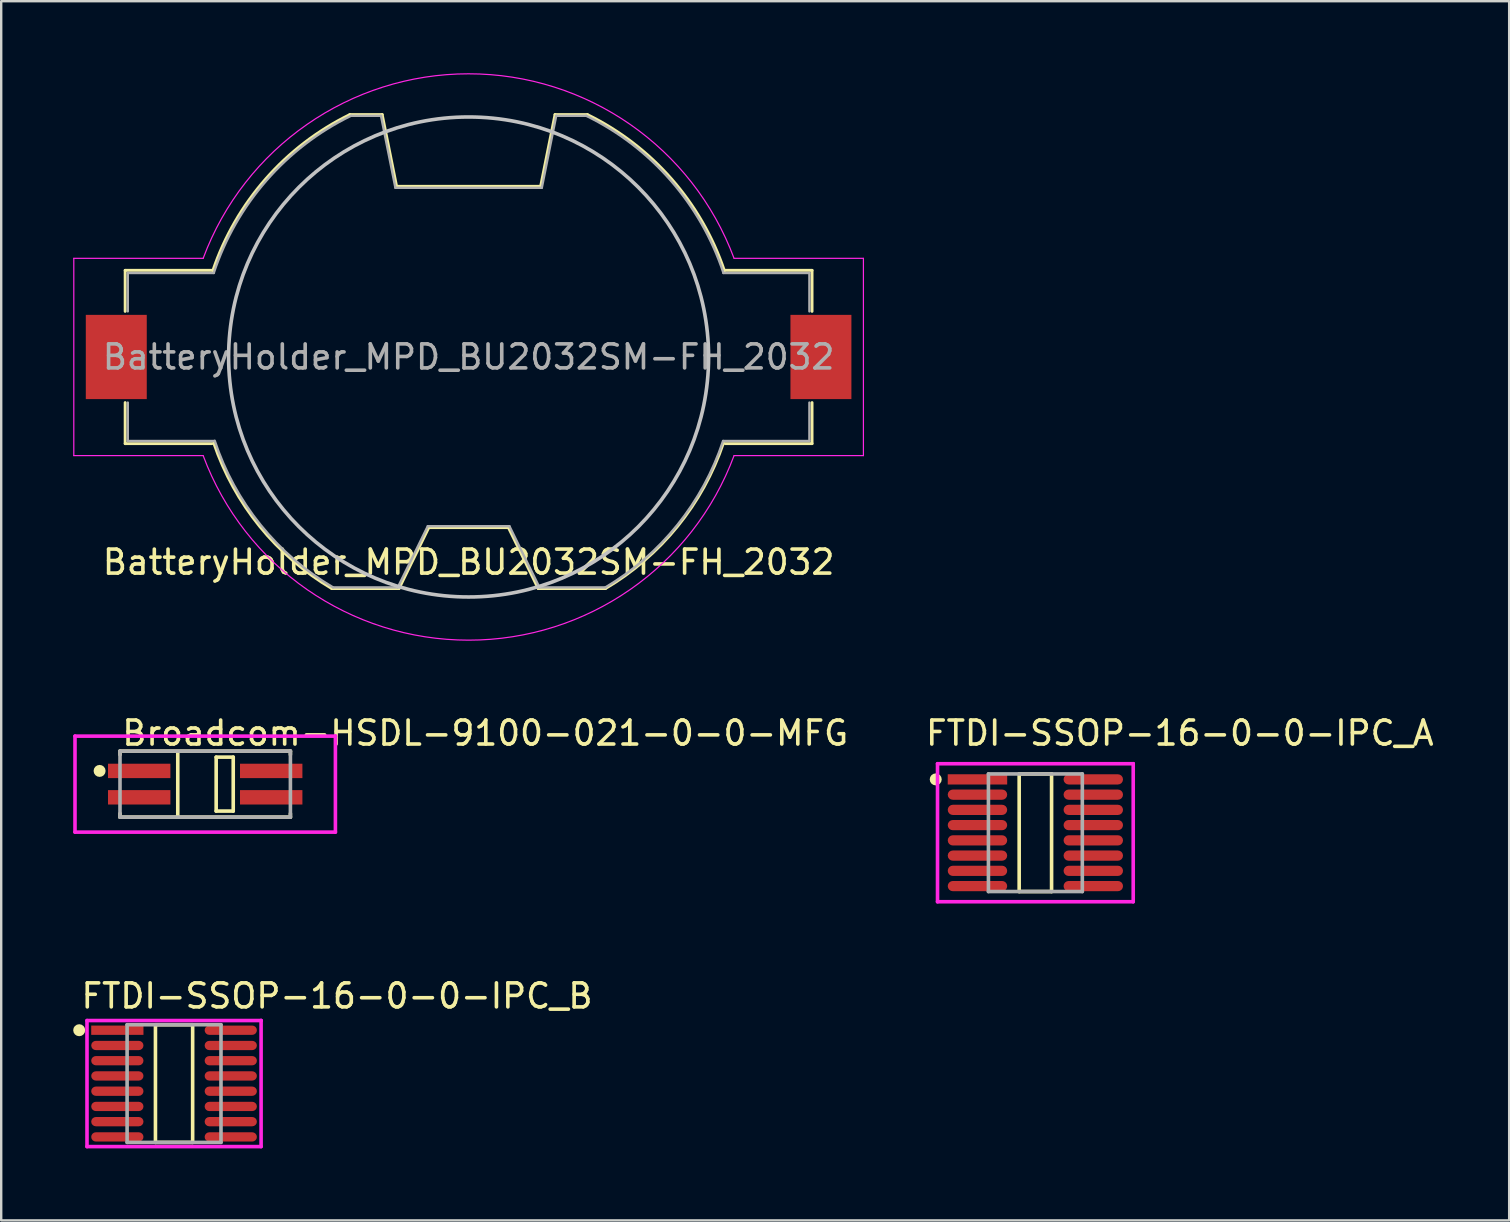
<source format=kicad_pcb>
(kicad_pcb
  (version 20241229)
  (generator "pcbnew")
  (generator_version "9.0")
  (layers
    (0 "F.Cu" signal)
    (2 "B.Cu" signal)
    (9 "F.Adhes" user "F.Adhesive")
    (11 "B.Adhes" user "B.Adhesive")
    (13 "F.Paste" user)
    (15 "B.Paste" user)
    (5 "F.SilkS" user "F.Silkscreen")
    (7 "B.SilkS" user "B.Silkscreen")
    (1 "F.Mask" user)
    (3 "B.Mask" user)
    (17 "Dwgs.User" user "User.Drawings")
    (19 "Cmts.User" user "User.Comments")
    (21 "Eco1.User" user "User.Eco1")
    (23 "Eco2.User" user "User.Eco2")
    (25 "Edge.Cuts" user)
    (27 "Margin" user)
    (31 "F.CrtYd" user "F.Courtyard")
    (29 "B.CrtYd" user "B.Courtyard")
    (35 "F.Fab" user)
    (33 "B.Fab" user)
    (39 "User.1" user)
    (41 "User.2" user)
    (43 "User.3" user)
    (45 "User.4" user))
  (footprint "FTDI-SSOP-16-0-0-IPC_B"
    (layer "F.Cu")
    (at 4.202 42.098)
    (property "Reference" "FTDI-SSOP-16-0-0-IPC_B" (at -3.952 -3.651 0) (layer "F.SilkS") (effects (font (size 1 1) (thickness 0.15)) (justify left)))
    (attr through_hole)
    (fp_line (start -0.775 -2.451) (end 0.775 -2.451) (stroke (width 0.15) (type solid)) (layer "F.SilkS"))
    (fp_line (start -0.775 2.451) (end -0.775 -2.451) (stroke (width 0.15) (type solid)) (layer "F.SilkS"))
    (fp_line (start 0.775 -2.451) (end 0.775 2.451) (stroke (width 0.15) (type solid)) (layer "F.SilkS"))
    (fp_line (start 0.775 2.451) (end -0.775 2.451) (stroke (width 0.15) (type solid)) (layer "F.SilkS"))
    (fp_circle (center -3.952 -2.223) (end -3.827 -2.223) (stroke (width 0.25) (type solid)) (fill no) (layer "F.SilkS"))
    (fp_line (start -3.627 -2.626) (end -3.627 2.626) (stroke (width 0.15) (type solid)) (layer "F.CrtYd"))
    (fp_line (start -3.627 2.626) (end 3.627 2.626) (stroke (width 0.15) (type solid)) (layer "F.CrtYd"))
    (fp_line (start 3.627 -2.626) (end -3.627 -2.626) (stroke (width 0.15) (type solid)) (layer "F.CrtYd"))
    (fp_line (start 3.627 -2.626) (end 3.627 -2.626) (stroke (width 0.15) (type solid)) (layer "F.CrtYd"))
    (fp_line (start 3.627 2.626) (end 3.627 -2.626) (stroke (width 0.15) (type solid)) (layer "F.CrtYd"))
    (fp_line (start -1.956 -2.451) (end 1.956 -2.451) (stroke (width 0.15) (type solid)) (layer "F.Fab"))
    (fp_line (start -1.956 2.451) (end -1.956 -2.451) (stroke (width 0.15) (type solid)) (layer "F.Fab"))
    (fp_line (start 1.956 -2.451) (end 1.956 2.451) (stroke (width 0.15) (type solid)) (layer "F.Fab"))
    (fp_line (start 1.956 2.451) (end -1.956 2.451) (stroke (width 0.15) (type solid)) (layer "F.Fab"))
    (pad "1" smd rect (at -2.363 -2.223) (size 2.177 0.387) (layers "F.Cu" "F.Mask" "F.Paste"))
    (pad "2" smd roundrect (at -2.363 -1.587) (size 2.177 0.387) (layers "F.Cu" "F.Mask" "F.Paste") (roundrect_rratio 0.5))
    (pad "3" smd roundrect (at -2.363 -0.953) (size 2.177 0.387) (layers "F.Cu" "F.Mask" "F.Paste") (roundrect_rratio 0.5))
    (pad "4" smd roundrect (at -2.363 -0.318) (size 2.177 0.387) (layers "F.Cu" "F.Mask" "F.Paste") (roundrect_rratio 0.5))
    (pad "5" smd roundrect (at -2.363 0.318) (size 2.177 0.387) (layers "F.Cu" "F.Mask" "F.Paste") (roundrect_rratio 0.5))
    (pad "6" smd roundrect (at -2.363 0.953) (size 2.177 0.387) (layers "F.Cu" "F.Mask" "F.Paste") (roundrect_rratio 0.5))
    (pad "7" smd roundrect (at -2.363 1.587) (size 2.177 0.387) (layers "F.Cu" "F.Mask" "F.Paste") (roundrect_rratio 0.5))
    (pad "8" smd roundrect (at -2.363 2.223) (size 2.177 0.387) (layers "F.Cu" "F.Mask" "F.Paste") (roundrect_rratio 0.5))
    (pad "9" smd roundrect (at 2.363 2.223) (size 2.177 0.387) (layers "F.Cu" "F.Mask" "F.Paste") (roundrect_rratio 0.5))
    (pad "10" smd roundrect (at 2.363 1.587) (size 2.177 0.387) (layers "F.Cu" "F.Mask" "F.Paste") (roundrect_rratio 0.5))
    (pad "11" smd roundrect (at 2.363 0.953) (size 2.177 0.387) (layers "F.Cu" "F.Mask" "F.Paste") (roundrect_rratio 0.5))
    (pad "12" smd roundrect (at 2.363 0.318) (size 2.177 0.387) (layers "F.Cu" "F.Mask" "F.Paste") (roundrect_rratio 0.5))
    (pad "13" smd roundrect (at 2.363 -0.318) (size 2.177 0.387) (layers "F.Cu" "F.Mask" "F.Paste") (roundrect_rratio 0.5))
    (pad "14" smd roundrect (at 2.363 -0.953) (size 2.177 0.387) (layers "F.Cu" "F.Mask" "F.Paste") (roundrect_rratio 0.5))
    (pad "15" smd roundrect (at 2.363 -1.587) (size 2.177 0.387) (layers "F.Cu" "F.Mask" "F.Paste") (roundrect_rratio 0.5))
    (pad "16" smd roundrect (at 2.363 -2.223) (size 2.177 0.387) (layers "F.Cu" "F.Mask" "F.Paste") (roundrect_rratio 0.5)))
  (footprint "BatteryHolder_MPD_BU2032SM-FH_2032"
    (layer "F.Cu")
    (at 16.475 11.824)
    (property "Reference" "BatteryHolder_MPD_BU2032SM-FH_2032" (at 0 8.55 0) (layer "F.SilkS") (effects (font (size 1 1) (thickness 0.15))))
    (attr smd)
    (fp_line (start -14.31 -3.61) (end -10.692 -3.61) (stroke (width 0.12) (type solid)) (layer "F.SilkS"))
    (fp_line (start -14.31 -1.9) (end -14.31 -3.61) (stroke (width 0.12) (type solid)) (layer "F.SilkS"))
    (fp_line (start -14.31 1.9) (end -14.31 3.61) (stroke (width 0.12) (type solid)) (layer "F.SilkS"))
    (fp_line (start -10.692 3.61) (end -14.31 3.61) (stroke (width 0.12) (type solid)) (layer "F.SilkS"))
    (fp_line (start -4.95 -10.1) (end -3.6 -10.1) (stroke (width 0.12) (type solid)) (layer "F.SilkS"))
    (fp_line (start -3 -7.11) (end -3.6 -10.1) (stroke (width 0.12) (type solid)) (layer "F.SilkS"))
    (fp_line (start -3 -7.11) (end 3 -7.11) (stroke (width 0.12) (type solid)) (layer "F.SilkS"))
    (fp_line (start -2.9 9.65) (end -5.7 9.65) (stroke (width 0.12) (type solid)) (layer "F.SilkS"))
    (fp_line (start -1.66 7.11) (end -2.9 9.65) (stroke (width 0.12) (type solid)) (layer "F.SilkS"))
    (fp_line (start 1.66 7.11) (end -1.66 7.11) (stroke (width 0.12) (type solid)) (layer "F.SilkS"))
    (fp_line (start 1.66 7.11) (end 2.9 9.65) (stroke (width 0.12) (type solid)) (layer "F.SilkS"))
    (fp_line (start 3 -7.11) (end 3.6 -10.1) (stroke (width 0.12) (type solid)) (layer "F.SilkS"))
    (fp_line (start 4.95 -10.1) (end 3.6 -10.1) (stroke (width 0.12) (type solid)) (layer "F.SilkS"))
    (fp_line (start 5.7 9.65) (end 2.9 9.65) (stroke (width 0.12) (type solid)) (layer "F.SilkS"))
    (fp_line (start 10.692 -3.61) (end 14.31 -3.61) (stroke (width 0.12) (type solid)) (layer "F.SilkS"))
    (fp_line (start 14.31 -1.9) (end 14.31 -3.61) (stroke (width 0.12) (type solid)) (layer "F.SilkS"))
    (fp_line (start 14.31 1.9) (end 14.31 3.61) (stroke (width 0.12) (type solid)) (layer "F.SilkS"))
    (fp_line (start 14.31 3.61) (end 10.692 3.61) (stroke (width 0.12) (type solid)) (layer "F.SilkS"))
    (fp_arc (start -10.656739 -3.598096) (mid -8.453475 -7.419647) (end -4.95 -10.099999) (stroke (width 0.12) (type solid)) (layer "F.SilkS"))
    (fp_arc (start -5.699999 9.649999) (mid -8.704642 7.059865) (end -10.61877 3.585274) (stroke (width 0.12) (type solid)) (layer "F.SilkS"))
    (fp_arc (start 4.95 -10.099999) (mid 8.453478 -7.419649) (end 10.656744 -3.598097) (stroke (width 0.12) (type solid)) (layer "F.SilkS"))
    (fp_arc (start 10.618769 3.585273) (mid 8.70464 7.059863) (end 5.7 9.649999) (stroke (width 0.12) (type solid)) (layer "F.SilkS"))
    (fp_circle (center 0 0) (end 10 0) (stroke (width 0.15) (type solid)) (fill no) (layer "Dwgs.User"))
    (fp_line (start -16.45 -4.11) (end -16.45 4.11) (stroke (width 0.05) (type solid)) (layer "F.CrtYd"))
    (fp_line (start -16.45 -4.11) (end -11.06 -4.11) (stroke (width 0.05) (type solid)) (layer "F.CrtYd"))
    (fp_line (start -16.45 4.11) (end -11.06 4.11) (stroke (width 0.05) (type solid)) (layer "F.CrtYd"))
    (fp_line (start 11.06 4.11) (end 16.45 4.11) (stroke (width 0.05) (type solid)) (layer "F.CrtYd"))
    (fp_line (start 16.45 -4.11) (end 11.06 -4.11) (stroke (width 0.05) (type solid)) (layer "F.CrtYd"))
    (fp_line (start 16.45 4.11) (end 16.45 -4.11) (stroke (width 0.05) (type solid)) (layer "F.CrtYd"))
    (fp_arc (start -11.06 -4.11) (mid -0.002978 -11.79897) (end 11.057924 -4.115582) (stroke (width 0.05) (type solid)) (layer "F.CrtYd"))
    (fp_arc (start 11.06 4.11) (mid 0.002978 11.79897) (end -11.057924 4.115582) (stroke (width 0.05) (type solid)) (layer "F.CrtYd"))
    (fp_line (start -14.2 -3.5) (end -14.2 -1.9) (stroke (width 0.1) (type solid)) (layer "F.Fab"))
    (fp_line (start -14.2 -3.5) (end -10.613 -3.5) (stroke (width 0.1) (type solid)) (layer "F.Fab"))
    (fp_line (start -14.2 1.9) (end -14.2 3.5) (stroke (width 0.1) (type solid)) (layer "F.Fab"))
    (fp_line (start -14.2 3.5) (end -10.613 3.5) (stroke (width 0.1) (type solid)) (layer "F.Fab"))
    (fp_line (start -3.65 -10.05) (end -4.9 -10.05) (stroke (width 0.1) (type solid)) (layer "F.Fab"))
    (fp_line (start -3.65 -10.05) (end -3.05 -7.05) (stroke (width 0.1) (type solid)) (layer "F.Fab"))
    (fp_line (start -2.95 9.6) (end -5.65 9.6) (stroke (width 0.1) (type solid)) (layer "F.Fab"))
    (fp_line (start -1.7 7.05) (end -2.95 9.6) (stroke (width 0.1) (type solid)) (layer "F.Fab"))
    (fp_line (start -1.7 7.05) (end 1.7 7.05) (stroke (width 0.1) (type solid)) (layer "F.Fab"))
    (fp_line (start 1.7 7.05) (end 2.95 9.6) (stroke (width 0.1) (type solid)) (layer "F.Fab"))
    (fp_line (start 2.95 9.6) (end 5.7 9.6) (stroke (width 0.1) (type solid)) (layer "F.Fab"))
    (fp_line (start 3.05 -7.05) (end -3.05 -7.05) (stroke (width 0.1) (type solid)) (layer "F.Fab"))
    (fp_line (start 3.65 -10.05) (end 3.05 -7.05) (stroke (width 0.1) (type solid)) (layer "F.Fab"))
    (fp_line (start 4.9 -10.05) (end 3.65 -10.05) (stroke (width 0.1) (type solid)) (layer "F.Fab"))
    (fp_line (start 10.613 -3.5) (end 14.2 -3.5) (stroke (width 0.1) (type solid)) (layer "F.Fab"))
    (fp_line (start 14.2 -3.5) (end 14.2 -1.9) (stroke (width 0.1) (type solid)) (layer "F.Fab"))
    (fp_line (start 14.2 1.9) (end 14.2 3.5) (stroke (width 0.1) (type solid)) (layer "F.Fab"))
    (fp_line (start 14.2 3.5) (end 10.613 3.5) (stroke (width 0.1) (type solid)) (layer "F.Fab"))
    (fp_arc (start -10.618358 -3.50185) (mid -8.421664 -7.354458) (end -4.9 -10.049999) (stroke (width 0.1) (type solid)) (layer "F.Fab"))
    (fp_arc (start -5.65 9.6) (mid -8.670646 6.993027) (end -10.578789 3.4888) (stroke (width 0.1) (type solid)) (layer "F.Fab"))
    (fp_arc (start 4.9 -10.049999) (mid 8.421664 -7.354458) (end 10.618358 -3.501849) (stroke (width 0.1) (type solid)) (layer "F.Fab"))
    (fp_arc (start 10.602953 3.496766) (mid 8.703961 6.992214) (end 5.7 9.6) (stroke (width 0.1) (type solid)) (layer "F.Fab"))
    (fp_text user "${REFERENCE}" (at 0 0 0) (layer "F.Fab") (effects (font (size 1 1) (thickness 0.15))))
    (pad "1" smd rect (at -14.68 0) (size 2.54 3.51) (layers "F.Cu" "F.Mask" "F.Paste"))
    (pad "2" smd rect (at 14.68 0) (size 2.54 3.51) (layers "F.Cu" "F.Mask" "F.Paste")))
  (footprint "FTDI-SSOP-16-0-0-IPC_A"
    (layer "F.Cu")
    (at 40.09 31.647)
    (property "Reference" "FTDI-SSOP-16-0-0-IPC_A" (at -4.652 -4.151 0) (layer "F.SilkS") (effects (font (size 1 1) (thickness 0.15)) (justify left)))
    (attr through_hole)
    (fp_line (start -0.675 -2.451) (end 0.675 -2.451) (stroke (width 0.15) (type solid)) (layer "F.SilkS"))
    (fp_line (start -0.675 2.451) (end -0.675 -2.451) (stroke (width 0.15) (type solid)) (layer "F.SilkS"))
    (fp_line (start 0.675 -2.451) (end 0.675 2.451) (stroke (width 0.15) (type solid)) (layer "F.SilkS"))
    (fp_line (start 0.675 2.451) (end -0.675 2.451) (stroke (width 0.15) (type solid)) (layer "F.SilkS"))
    (fp_circle (center -4.152 -2.223) (end -4.027 -2.223) (stroke (width 0.25) (type solid)) (fill no) (layer "F.SilkS"))
    (fp_line (start -4.077 -2.876) (end -4.077 2.876) (stroke (width 0.15) (type solid)) (layer "F.CrtYd"))
    (fp_line (start -4.077 2.876) (end 4.077 2.876) (stroke (width 0.15) (type solid)) (layer "F.CrtYd"))
    (fp_line (start 4.077 -2.876) (end -4.077 -2.876) (stroke (width 0.15) (type solid)) (layer "F.CrtYd"))
    (fp_line (start 4.077 -2.876) (end 4.077 -2.876) (stroke (width 0.15) (type solid)) (layer "F.CrtYd"))
    (fp_line (start 4.077 2.876) (end 4.077 -2.876) (stroke (width 0.15) (type solid)) (layer "F.CrtYd"))
    (fp_line (start -1.956 -2.451) (end 1.956 -2.451) (stroke (width 0.15) (type solid)) (layer "F.Fab"))
    (fp_line (start -1.956 2.451) (end -1.956 -2.451) (stroke (width 0.15) (type solid)) (layer "F.Fab"))
    (fp_line (start 1.956 -2.451) (end 1.956 2.451) (stroke (width 0.15) (type solid)) (layer "F.Fab"))
    (fp_line (start 1.956 2.451) (end -1.956 2.451) (stroke (width 0.15) (type solid)) (layer "F.Fab"))
    (pad "1" smd rect (at -2.413 -2.223) (size 2.477 0.427) (layers "F.Cu" "F.Mask" "F.Paste"))
    (pad "2" smd roundrect (at -2.413 -1.587) (size 2.477 0.427) (layers "F.Cu" "F.Mask" "F.Paste") (roundrect_rratio 0.5))
    (pad "3" smd roundrect (at -2.413 -0.953) (size 2.477 0.427) (layers "F.Cu" "F.Mask" "F.Paste") (roundrect_rratio 0.5))
    (pad "4" smd roundrect (at -2.413 -0.318) (size 2.477 0.427) (layers "F.Cu" "F.Mask" "F.Paste") (roundrect_rratio 0.5))
    (pad "5" smd roundrect (at -2.413 0.318) (size 2.477 0.427) (layers "F.Cu" "F.Mask" "F.Paste") (roundrect_rratio 0.5))
    (pad "6" smd roundrect (at -2.413 0.953) (size 2.477 0.427) (layers "F.Cu" "F.Mask" "F.Paste") (roundrect_rratio 0.5))
    (pad "7" smd roundrect (at -2.413 1.587) (size 2.477 0.427) (layers "F.Cu" "F.Mask" "F.Paste") (roundrect_rratio 0.5))
    (pad "8" smd roundrect (at -2.413 2.223) (size 2.477 0.427) (layers "F.Cu" "F.Mask" "F.Paste") (roundrect_rratio 0.5))
    (pad "9" smd roundrect (at 2.413 2.223) (size 2.477 0.427) (layers "F.Cu" "F.Mask" "F.Paste") (roundrect_rratio 0.5))
    (pad "10" smd roundrect (at 2.413 1.587) (size 2.477 0.427) (layers "F.Cu" "F.Mask" "F.Paste") (roundrect_rratio 0.5))
    (pad "11" smd roundrect (at 2.413 0.953) (size 2.477 0.427) (layers "F.Cu" "F.Mask" "F.Paste") (roundrect_rratio 0.5))
    (pad "12" smd roundrect (at 2.413 0.318) (size 2.477 0.427) (layers "F.Cu" "F.Mask" "F.Paste") (roundrect_rratio 0.5))
    (pad "13" smd roundrect (at 2.413 -0.318) (size 2.477 0.427) (layers "F.Cu" "F.Mask" "F.Paste") (roundrect_rratio 0.5))
    (pad "14" smd roundrect (at 2.413 -0.953) (size 2.477 0.427) (layers "F.Cu" "F.Mask" "F.Paste") (roundrect_rratio 0.5))
    (pad "15" smd roundrect (at 2.413 -1.587) (size 2.477 0.427) (layers "F.Cu" "F.Mask" "F.Paste") (roundrect_rratio 0.5))
    (pad "16" smd roundrect (at 2.413 -2.223) (size 2.477 0.427) (layers "F.Cu" "F.Mask" "F.Paste") (roundrect_rratio 0.5)))
  (footprint "Broadcom-HSDL-9100-021-0-0-MFG"
    (layer "F.Cu")
    (at 5.5 29.621)
    (property "Reference" "Broadcom-HSDL-9100-021-0-0-MFG" (at -3.55 -2.125 0) (layer "F.SilkS") (effects (font (size 1 1) (thickness 0.15)) (justify left)))
    (attr through_hole)
    (fp_line (start -3.55 -1.375) (end 3.55 -1.375) (stroke (width 0.15) (type solid)) (layer "F.SilkS"))
    (fp_line (start -3.55 -1.225) (end -3.55 -1.375) (stroke (width 0.15) (type solid)) (layer "F.SilkS"))
    (fp_line (start -3.55 1.375) (end -3.55 1.225) (stroke (width 0.15) (type solid)) (layer "F.SilkS"))
    (fp_line (start -3.55 1.375) (end 3.55 1.375) (stroke (width 0.15) (type solid)) (layer "F.SilkS"))
    (fp_line (start -1.143 1.346) (end -1.143 -1.346) (stroke (width 0.15) (type solid)) (layer "F.SilkS"))
    (fp_line (start 0.457 1.124) (end 0.457 -1.124) (stroke (width 0.15) (type solid)) (layer "F.SilkS"))
    (fp_line (start 1.168 -1.124) (end 0.457 -1.124) (stroke (width 0.15) (type solid)) (layer "F.SilkS"))
    (fp_line (start 1.168 1.124) (end 0.457 1.124) (stroke (width 0.15) (type solid)) (layer "F.SilkS"))
    (fp_line (start 1.168 1.124) (end 1.168 -1.124) (stroke (width 0.15) (type solid)) (layer "F.SilkS"))
    (fp_line (start 3.55 -1.225) (end 3.55 -1.375) (stroke (width 0.15) (type solid)) (layer "F.SilkS"))
    (fp_line (start 3.55 1.375) (end 3.55 1.225) (stroke (width 0.15) (type solid)) (layer "F.SilkS"))
    (fp_circle (center -4.4 -0.55) (end -4.275 -0.55) (stroke (width 0.25) (type solid)) (fill no) (layer "F.SilkS"))
    (fp_line (start -5.425 -2) (end -5.425 2) (stroke (width 0.15) (type solid)) (layer "F.CrtYd"))
    (fp_line (start -5.425 2) (end 5.425 2) (stroke (width 0.15) (type solid)) (layer "F.CrtYd"))
    (fp_line (start 5.425 -2) (end -5.425 -2) (stroke (width 0.15) (type solid)) (layer "F.CrtYd"))
    (fp_line (start 5.425 -2) (end 5.425 -2) (stroke (width 0.15) (type solid)) (layer "F.CrtYd"))
    (fp_line (start 5.425 2) (end 5.425 -2) (stroke (width 0.15) (type solid)) (layer "F.CrtYd"))
    (fp_line (start -3.55 -1.375) (end 3.55 -1.375) (stroke (width 0.15) (type solid)) (layer "F.Fab"))
    (fp_line (start -3.55 1.375) (end -3.55 -1.375) (stroke (width 0.15) (type solid)) (layer "F.Fab"))
    (fp_line (start 3.55 -1.375) (end 3.55 1.375) (stroke (width 0.15) (type solid)) (layer "F.Fab"))
    (fp_line (start 3.55 1.375) (end -3.55 1.375) (stroke (width 0.15) (type solid)) (layer "F.Fab"))
    (pad "" smd rect (at -2.75 -0.55) (size 2.6 0.6) (layers "F.Mask" "F.Paste"))
    (pad "" smd rect (at -2.75 0.55) (size 2.6 0.6) (layers "F.Mask" "F.Paste"))
    (pad "" smd rect (at 2.75 -0.55) (size 2.6 0.6) (layers "F.Mask" "F.Paste"))
    (pad "" smd rect (at 2.75 0.55) (size 2.6 0.6) (layers "F.Mask" "F.Paste"))
    (pad "1" smd rect (at -2.75 -0.55) (size 2.6 0.6) (layers "F.Cu"))
    (pad "2" smd rect (at -2.75 0.55) (size 2.6 0.6) (layers "F.Cu"))
    (pad "3" smd rect (at 2.75 0.55) (size 2.6 0.6) (layers "F.Cu" "F.Mask" "F.Paste"))
    (pad "4" smd rect (at 2.75 -0.55) (size 2.6 0.6) (layers "F.Cu" "F.Mask" "F.Paste")))
  (gr_rect
    (start -3 -3)
    (end 59.831 47.799)
    (stroke (width 0.1) (type default))
    (fill no)
    (layer "Edge.Cuts")))
</source>
